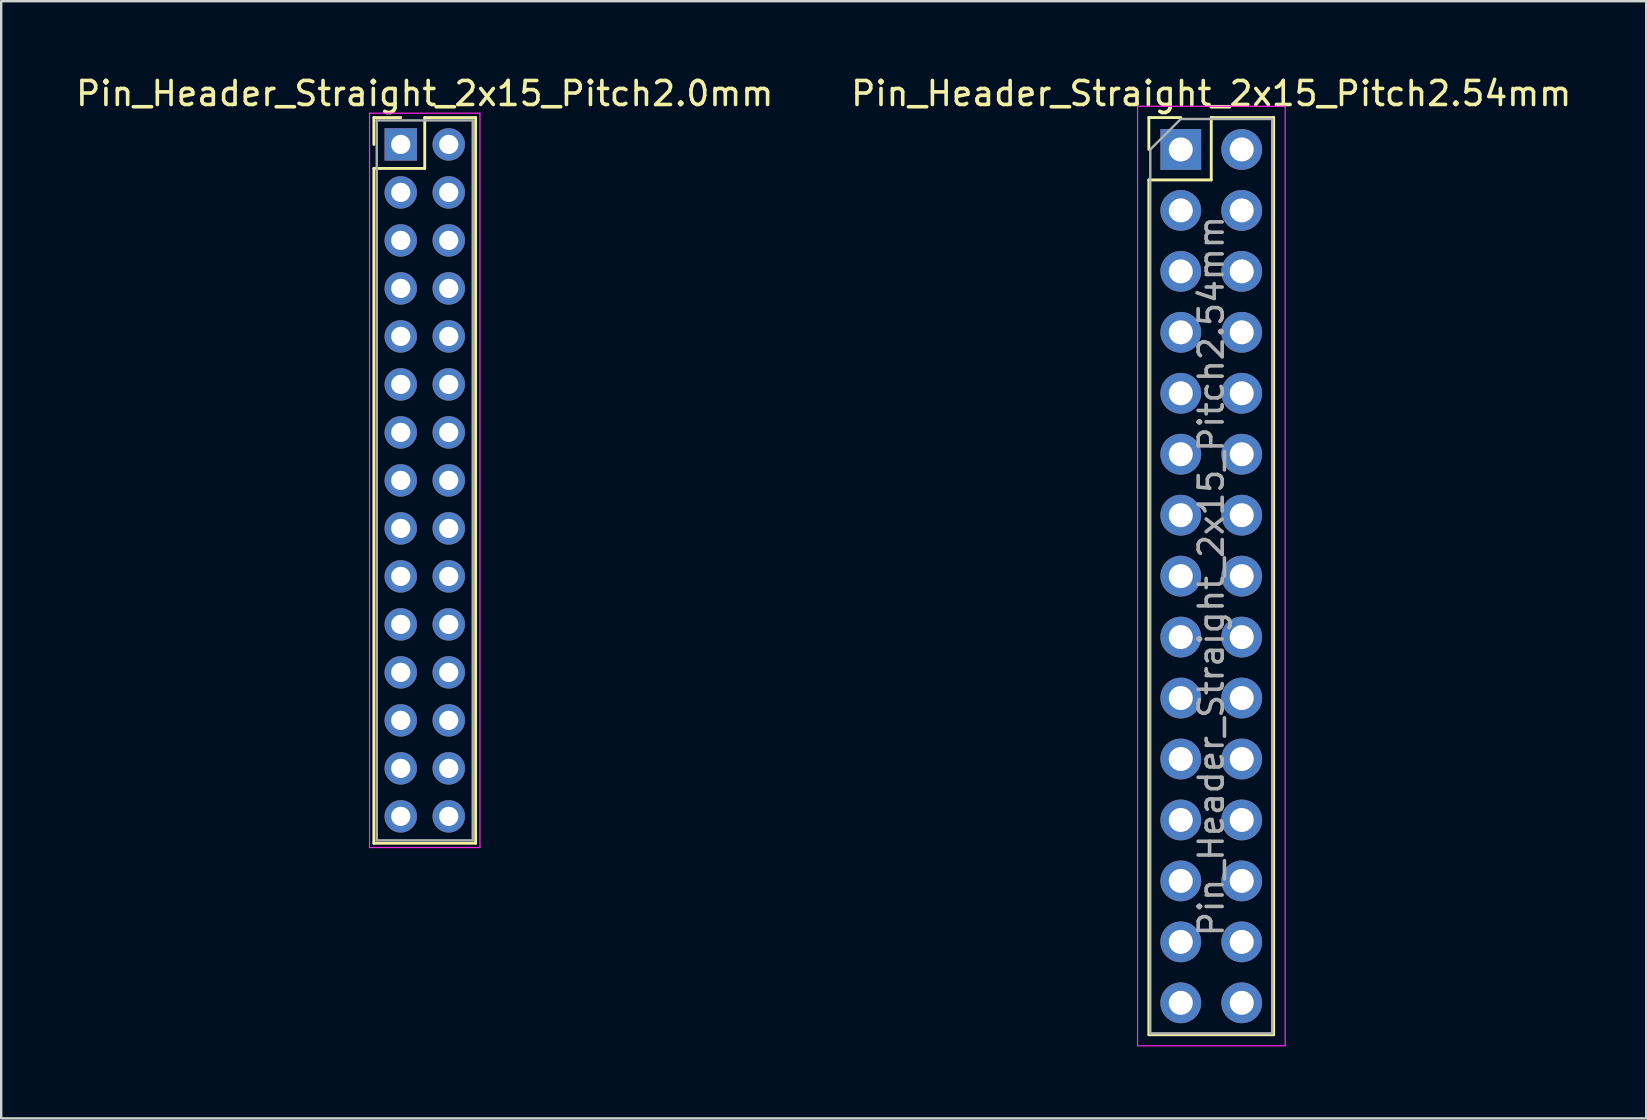
<source format=kicad_pcb>
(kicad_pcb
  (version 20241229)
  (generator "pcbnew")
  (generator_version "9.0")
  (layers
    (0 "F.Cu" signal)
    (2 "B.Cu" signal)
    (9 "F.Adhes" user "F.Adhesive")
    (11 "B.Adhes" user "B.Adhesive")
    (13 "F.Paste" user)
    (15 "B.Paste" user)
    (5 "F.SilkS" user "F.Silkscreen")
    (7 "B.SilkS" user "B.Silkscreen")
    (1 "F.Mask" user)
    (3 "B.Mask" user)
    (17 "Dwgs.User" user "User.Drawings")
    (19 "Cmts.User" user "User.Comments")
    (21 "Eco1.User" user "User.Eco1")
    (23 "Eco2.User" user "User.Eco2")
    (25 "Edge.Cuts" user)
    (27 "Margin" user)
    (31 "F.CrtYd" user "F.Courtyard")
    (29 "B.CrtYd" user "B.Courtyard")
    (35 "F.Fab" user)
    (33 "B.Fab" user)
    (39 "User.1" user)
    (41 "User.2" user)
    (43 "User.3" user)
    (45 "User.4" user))
  (footprint "Pin_Header_Straight_2x15_Pitch2.54mm"
    (layer "F.Cu")
    (at 46.153 3.178)
    (property "Reference" "Pin_Header_Straight_2x15_Pitch2.54mm" (at 1.27 -2.33 0) (layer "F.SilkS") (effects (font (size 1 1) (thickness 0.15))))
    (attr through_hole)
    (fp_line (start -1.33 -1.33) (end 0 -1.33) (stroke (width 0.12) (type solid)) (layer "F.SilkS"))
    (fp_line (start -1.33 0) (end -1.33 -1.33) (stroke (width 0.12) (type solid)) (layer "F.SilkS"))
    (fp_line (start -1.33 1.27) (end -1.33 36.89) (stroke (width 0.12) (type solid)) (layer "F.SilkS"))
    (fp_line (start -1.33 1.27) (end 1.27 1.27) (stroke (width 0.12) (type solid)) (layer "F.SilkS"))
    (fp_line (start -1.33 36.89) (end 3.87 36.89) (stroke (width 0.12) (type solid)) (layer "F.SilkS"))
    (fp_line (start 1.27 -1.33) (end 3.87 -1.33) (stroke (width 0.12) (type solid)) (layer "F.SilkS"))
    (fp_line (start 1.27 1.27) (end 1.27 -1.33) (stroke (width 0.12) (type solid)) (layer "F.SilkS"))
    (fp_line (start 3.87 -1.33) (end 3.87 36.89) (stroke (width 0.12) (type solid)) (layer "F.SilkS"))
    (fp_line (start -1.8 -1.8) (end -1.8 37.35) (stroke (width 0.05) (type solid)) (layer "F.CrtYd"))
    (fp_line (start -1.8 37.35) (end 4.35 37.35) (stroke (width 0.05) (type solid)) (layer "F.CrtYd"))
    (fp_line (start 4.35 -1.8) (end -1.8 -1.8) (stroke (width 0.05) (type solid)) (layer "F.CrtYd"))
    (fp_line (start 4.35 37.35) (end 4.35 -1.8) (stroke (width 0.05) (type solid)) (layer "F.CrtYd"))
    (fp_line (start -1.27 0) (end 0 -1.27) (stroke (width 0.1) (type solid)) (layer "F.Fab"))
    (fp_line (start -1.27 36.83) (end -1.27 0) (stroke (width 0.1) (type solid)) (layer "F.Fab"))
    (fp_line (start 0 -1.27) (end 3.81 -1.27) (stroke (width 0.1) (type solid)) (layer "F.Fab"))
    (fp_line (start 3.81 -1.27) (end 3.81 36.83) (stroke (width 0.1) (type solid)) (layer "F.Fab"))
    (fp_line (start 3.81 36.83) (end -1.27 36.83) (stroke (width 0.1) (type solid)) (layer "F.Fab"))
    (fp_text user "${REFERENCE}" (at 1.27 17.78 90) (layer "F.Fab") (effects (font (size 1 1) (thickness 0.15))))
    (pad "1" thru_hole rect (at 0 0) (size 1.7 1.7) (drill 1) (layers "*.Cu" "*.Mask"))
    (pad "2" thru_hole oval (at 2.54 0) (size 1.7 1.7) (drill 1) (layers "*.Cu" "*.Mask"))
    (pad "3" thru_hole oval (at 0 2.54) (size 1.7 1.7) (drill 1) (layers "*.Cu" "*.Mask"))
    (pad "4" thru_hole oval (at 2.54 2.54) (size 1.7 1.7) (drill 1) (layers "*.Cu" "*.Mask"))
    (pad "5" thru_hole oval (at 0 5.08) (size 1.7 1.7) (drill 1) (layers "*.Cu" "*.Mask"))
    (pad "6" thru_hole oval (at 2.54 5.08) (size 1.7 1.7) (drill 1) (layers "*.Cu" "*.Mask"))
    (pad "7" thru_hole oval (at 0 7.62) (size 1.7 1.7) (drill 1) (layers "*.Cu" "*.Mask"))
    (pad "8" thru_hole oval (at 2.54 7.62) (size 1.7 1.7) (drill 1) (layers "*.Cu" "*.Mask"))
    (pad "9" thru_hole oval (at 0 10.16) (size 1.7 1.7) (drill 1) (layers "*.Cu" "*.Mask"))
    (pad "10" thru_hole oval (at 2.54 10.16) (size 1.7 1.7) (drill 1) (layers "*.Cu" "*.Mask"))
    (pad "11" thru_hole oval (at 0 12.7) (size 1.7 1.7) (drill 1) (layers "*.Cu" "*.Mask"))
    (pad "12" thru_hole oval (at 2.54 12.7) (size 1.7 1.7) (drill 1) (layers "*.Cu" "*.Mask"))
    (pad "13" thru_hole oval (at 0 15.24) (size 1.7 1.7) (drill 1) (layers "*.Cu" "*.Mask"))
    (pad "14" thru_hole oval (at 2.54 15.24) (size 1.7 1.7) (drill 1) (layers "*.Cu" "*.Mask"))
    (pad "15" thru_hole oval (at 0 17.78) (size 1.7 1.7) (drill 1) (layers "*.Cu" "*.Mask"))
    (pad "16" thru_hole oval (at 2.54 17.78) (size 1.7 1.7) (drill 1) (layers "*.Cu" "*.Mask"))
    (pad "17" thru_hole oval (at 0 20.32) (size 1.7 1.7) (drill 1) (layers "*.Cu" "*.Mask"))
    (pad "18" thru_hole oval (at 2.54 20.32) (size 1.7 1.7) (drill 1) (layers "*.Cu" "*.Mask"))
    (pad "19" thru_hole oval (at 0 22.86) (size 1.7 1.7) (drill 1) (layers "*.Cu" "*.Mask"))
    (pad "20" thru_hole oval (at 2.54 22.86) (size 1.7 1.7) (drill 1) (layers "*.Cu" "*.Mask"))
    (pad "21" thru_hole oval (at 0 25.4) (size 1.7 1.7) (drill 1) (layers "*.Cu" "*.Mask"))
    (pad "22" thru_hole oval (at 2.54 25.4) (size 1.7 1.7) (drill 1) (layers "*.Cu" "*.Mask"))
    (pad "23" thru_hole oval (at 0 27.94) (size 1.7 1.7) (drill 1) (layers "*.Cu" "*.Mask"))
    (pad "24" thru_hole oval (at 2.54 27.94) (size 1.7 1.7) (drill 1) (layers "*.Cu" "*.Mask"))
    (pad "25" thru_hole oval (at 0 30.48) (size 1.7 1.7) (drill 1) (layers "*.Cu" "*.Mask"))
    (pad "26" thru_hole oval (at 2.54 30.48) (size 1.7 1.7) (drill 1) (layers "*.Cu" "*.Mask"))
    (pad "27" thru_hole oval (at 0 33.02) (size 1.7 1.7) (drill 1) (layers "*.Cu" "*.Mask"))
    (pad "28" thru_hole oval (at 2.54 33.02) (size 1.7 1.7) (drill 1) (layers "*.Cu" "*.Mask"))
    (pad "29" thru_hole oval (at 0 35.56) (size 1.7 1.7) (drill 1) (layers "*.Cu" "*.Mask"))
    (pad "30" thru_hole oval (at 2.54 35.56) (size 1.7 1.7) (drill 1) (layers "*.Cu" "*.Mask")))
  (footprint "Pin_Header_Straight_2x15_Pitch2.0mm"
    (layer "F.Cu")
    (at 13.649 2.968)
    (property "Reference" "Pin_Header_Straight_2x15_Pitch2.0mm" (at 1 -2.12 0) (layer "F.SilkS") (effects (font (size 1 1) (thickness 0.15))))
    (attr through_hole)
    (fp_line (start -1.12 -1.12) (end 0 -1.12) (stroke (width 0.12) (type solid)) (layer "F.SilkS"))
    (fp_line (start -1.12 0) (end -1.12 -1.12) (stroke (width 0.12) (type solid)) (layer "F.SilkS"))
    (fp_line (start -1.12 1) (end -1.12 29.12) (stroke (width 0.12) (type solid)) (layer "F.SilkS"))
    (fp_line (start -1.12 29.12) (end 3.12 29.12) (stroke (width 0.12) (type solid)) (layer "F.SilkS"))
    (fp_line (start 1 -1.12) (end 1 1) (stroke (width 0.12) (type solid)) (layer "F.SilkS"))
    (fp_line (start 1 1) (end -1.12 1) (stroke (width 0.12) (type solid)) (layer "F.SilkS"))
    (fp_line (start 3.12 -1.12) (end 1 -1.12) (stroke (width 0.12) (type solid)) (layer "F.SilkS"))
    (fp_line (start 3.12 29.12) (end 3.12 -1.12) (stroke (width 0.12) (type solid)) (layer "F.SilkS"))
    (fp_line (start -1.3 -1.3) (end -1.3 29.3) (stroke (width 0.05) (type solid)) (layer "F.CrtYd"))
    (fp_line (start -1.3 29.3) (end 3.3 29.3) (stroke (width 0.05) (type solid)) (layer "F.CrtYd"))
    (fp_line (start 3.3 -1.3) (end -1.3 -1.3) (stroke (width 0.05) (type solid)) (layer "F.CrtYd"))
    (fp_line (start 3.3 29.3) (end 3.3 -1.3) (stroke (width 0.05) (type solid)) (layer "F.CrtYd"))
    (fp_line (start -1 -1) (end -1 29) (stroke (width 0.1) (type solid)) (layer "F.Fab"))
    (fp_line (start -1 29) (end 3 29) (stroke (width 0.1) (type solid)) (layer "F.Fab"))
    (fp_line (start 3 -1) (end -1 -1) (stroke (width 0.1) (type solid)) (layer "F.Fab"))
    (fp_line (start 3 29) (end 3 -1) (stroke (width 0.1) (type solid)) (layer "F.Fab"))
    (pad "1" thru_hole rect (at 0 0) (size 1.35 1.35) (drill 0.8) (layers "*.Cu" "*.Mask"))
    (pad "2" thru_hole oval (at 2 0) (size 1.35 1.35) (drill 0.8) (layers "*.Cu" "*.Mask"))
    (pad "3" thru_hole oval (at 0 2) (size 1.35 1.35) (drill 0.8) (layers "*.Cu" "*.Mask"))
    (pad "4" thru_hole oval (at 2 2) (size 1.35 1.35) (drill 0.8) (layers "*.Cu" "*.Mask"))
    (pad "5" thru_hole oval (at 0 4) (size 1.35 1.35) (drill 0.8) (layers "*.Cu" "*.Mask"))
    (pad "6" thru_hole oval (at 2 4) (size 1.35 1.35) (drill 0.8) (layers "*.Cu" "*.Mask"))
    (pad "7" thru_hole oval (at 0 6) (size 1.35 1.35) (drill 0.8) (layers "*.Cu" "*.Mask"))
    (pad "8" thru_hole oval (at 2 6) (size 1.35 1.35) (drill 0.8) (layers "*.Cu" "*.Mask"))
    (pad "9" thru_hole oval (at 0 8) (size 1.35 1.35) (drill 0.8) (layers "*.Cu" "*.Mask"))
    (pad "10" thru_hole oval (at 2 8) (size 1.35 1.35) (drill 0.8) (layers "*.Cu" "*.Mask"))
    (pad "11" thru_hole oval (at 0 10) (size 1.35 1.35) (drill 0.8) (layers "*.Cu" "*.Mask"))
    (pad "12" thru_hole oval (at 2 10) (size 1.35 1.35) (drill 0.8) (layers "*.Cu" "*.Mask"))
    (pad "13" thru_hole oval (at 0 12) (size 1.35 1.35) (drill 0.8) (layers "*.Cu" "*.Mask"))
    (pad "14" thru_hole oval (at 2 12) (size 1.35 1.35) (drill 0.8) (layers "*.Cu" "*.Mask"))
    (pad "15" thru_hole oval (at 0 14) (size 1.35 1.35) (drill 0.8) (layers "*.Cu" "*.Mask"))
    (pad "16" thru_hole oval (at 2 14) (size 1.35 1.35) (drill 0.8) (layers "*.Cu" "*.Mask"))
    (pad "17" thru_hole oval (at 0 16) (size 1.35 1.35) (drill 0.8) (layers "*.Cu" "*.Mask"))
    (pad "18" thru_hole oval (at 2 16) (size 1.35 1.35) (drill 0.8) (layers "*.Cu" "*.Mask"))
    (pad "19" thru_hole oval (at 0 18) (size 1.35 1.35) (drill 0.8) (layers "*.Cu" "*.Mask"))
    (pad "20" thru_hole oval (at 2 18) (size 1.35 1.35) (drill 0.8) (layers "*.Cu" "*.Mask"))
    (pad "21" thru_hole oval (at 0 20) (size 1.35 1.35) (drill 0.8) (layers "*.Cu" "*.Mask"))
    (pad "22" thru_hole oval (at 2 20) (size 1.35 1.35) (drill 0.8) (layers "*.Cu" "*.Mask"))
    (pad "23" thru_hole oval (at 0 22) (size 1.35 1.35) (drill 0.8) (layers "*.Cu" "*.Mask"))
    (pad "24" thru_hole oval (at 2 22) (size 1.35 1.35) (drill 0.8) (layers "*.Cu" "*.Mask"))
    (pad "25" thru_hole oval (at 0 24) (size 1.35 1.35) (drill 0.8) (layers "*.Cu" "*.Mask"))
    (pad "26" thru_hole oval (at 2 24) (size 1.35 1.35) (drill 0.8) (layers "*.Cu" "*.Mask"))
    (pad "27" thru_hole oval (at 0 26) (size 1.35 1.35) (drill 0.8) (layers "*.Cu" "*.Mask"))
    (pad "28" thru_hole oval (at 2 26) (size 1.35 1.35) (drill 0.8) (layers "*.Cu" "*.Mask"))
    (pad "29" thru_hole oval (at 0 28) (size 1.35 1.35) (drill 0.8) (layers "*.Cu" "*.Mask"))
    (pad "30" thru_hole oval (at 2 28) (size 1.35 1.35) (drill 0.8) (layers "*.Cu" "*.Mask")))
  (gr_rect
    (start -3 -3)
    (end 65.548 43.553)
    (stroke (width 0.1) (type default))
    (fill no)
    (layer "Edge.Cuts")))
</source>
